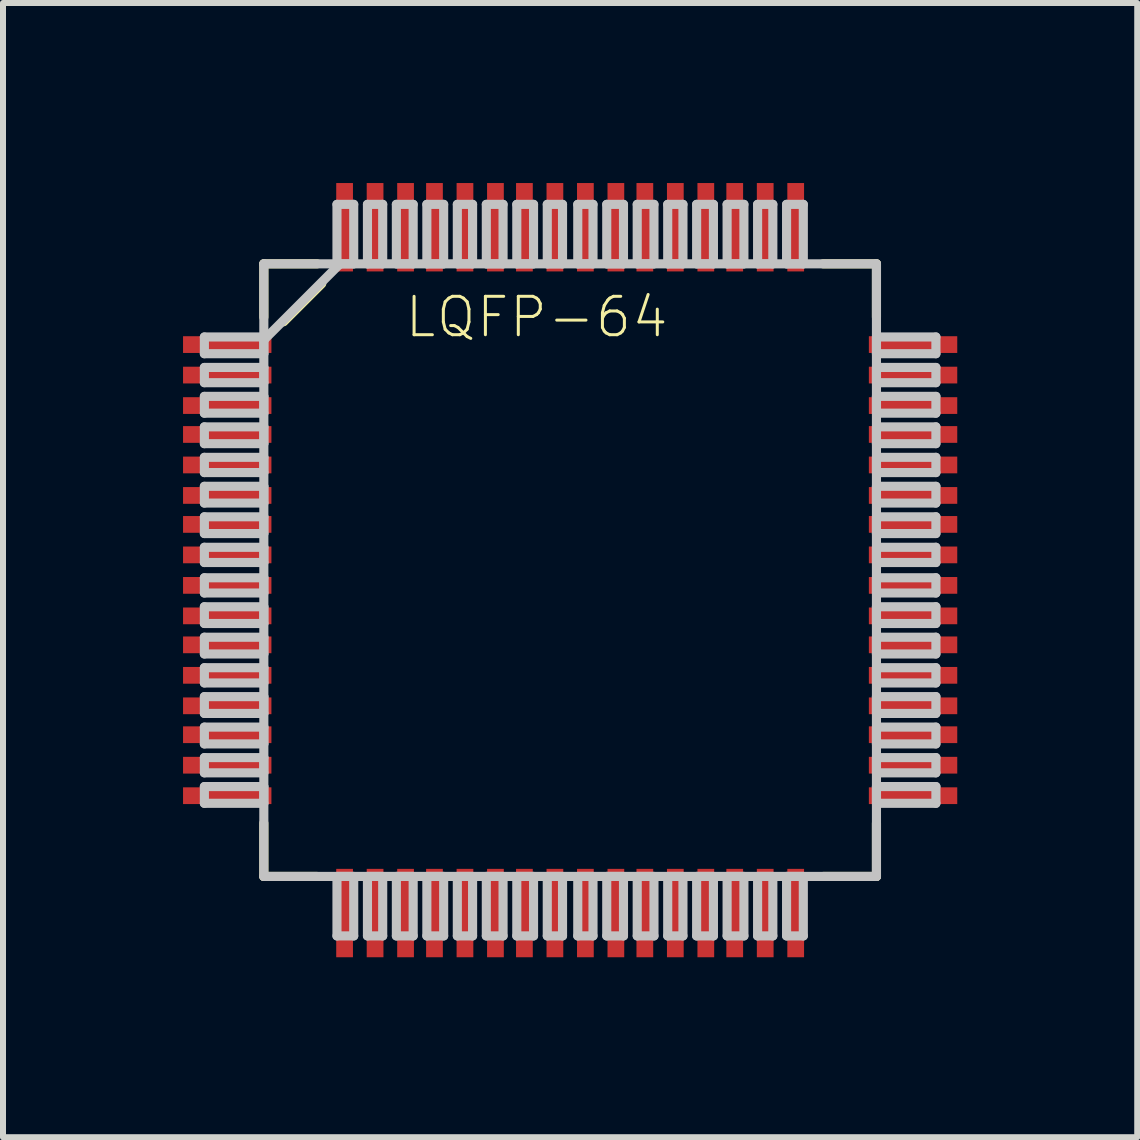
<source format=kicad_pcb>
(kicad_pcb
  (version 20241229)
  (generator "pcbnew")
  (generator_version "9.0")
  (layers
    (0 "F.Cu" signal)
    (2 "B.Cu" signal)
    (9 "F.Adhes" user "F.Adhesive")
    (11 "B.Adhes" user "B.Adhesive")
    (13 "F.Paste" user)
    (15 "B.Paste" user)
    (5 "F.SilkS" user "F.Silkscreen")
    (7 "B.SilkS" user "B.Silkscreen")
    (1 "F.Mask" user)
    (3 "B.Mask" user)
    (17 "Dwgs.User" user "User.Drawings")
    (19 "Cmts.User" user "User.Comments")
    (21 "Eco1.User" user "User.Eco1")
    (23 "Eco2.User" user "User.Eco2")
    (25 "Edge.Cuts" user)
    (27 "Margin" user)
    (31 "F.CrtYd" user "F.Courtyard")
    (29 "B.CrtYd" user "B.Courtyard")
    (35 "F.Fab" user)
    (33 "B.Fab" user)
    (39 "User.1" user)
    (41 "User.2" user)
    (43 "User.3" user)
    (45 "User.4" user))
  (footprint "LQFP-64"
    (layer "F.Cu")
    (at 6.452 6.452)
    (property "Reference" "LQFP-64" (at -0.559 -4.217 0) (layer "F.SilkS") (effects (font (size 0.64 0.64) (thickness 0.05))))
    (attr smd)
    (fp_line (start -5.105 -5.105) (end -5.105 -4.216) (stroke (width 0.152) (type solid)) (layer "F.SilkS"))
    (fp_line (start -5.105 4.216) (end -5.105 5.105) (stroke (width 0.152) (type solid)) (layer "F.SilkS"))
    (fp_line (start -5.105 5.105) (end -4.216 5.105) (stroke (width 0.152) (type solid)) (layer "F.SilkS"))
    (fp_line (start -4.775 -4.14) (end -4.14 -4.775) (stroke (width 0.152) (type solid)) (layer "F.SilkS"))
    (fp_line (start -4.216 -5.105) (end -5.105 -5.105) (stroke (width 0.152) (type solid)) (layer "F.SilkS"))
    (fp_line (start 4.216 5.105) (end 5.105 5.105) (stroke (width 0.152) (type solid)) (layer "F.SilkS"))
    (fp_line (start 5.105 -5.105) (end 4.216 -5.105) (stroke (width 0.152) (type solid)) (layer "F.SilkS"))
    (fp_line (start 5.105 -4.216) (end 5.105 -5.105) (stroke (width 0.152) (type solid)) (layer "F.SilkS"))
    (fp_line (start 5.105 5.105) (end 5.105 4.216) (stroke (width 0.152) (type solid)) (layer "F.SilkS"))
    (fp_line (start -6.096 -3.886) (end -6.096 -3.607) (stroke (width 0.152) (type solid)) (layer "Dwgs.User"))
    (fp_line (start -6.096 -3.607) (end -5.105 -3.607) (stroke (width 0.152) (type solid)) (layer "Dwgs.User"))
    (fp_line (start -6.096 -3.378) (end -6.096 -3.124) (stroke (width 0.152) (type solid)) (layer "Dwgs.User"))
    (fp_line (start -6.096 -3.124) (end -5.105 -3.124) (stroke (width 0.152) (type solid)) (layer "Dwgs.User"))
    (fp_line (start -6.096 -2.896) (end -6.096 -2.616) (stroke (width 0.152) (type solid)) (layer "Dwgs.User"))
    (fp_line (start -6.096 -2.616) (end -5.105 -2.616) (stroke (width 0.152) (type solid)) (layer "Dwgs.User"))
    (fp_line (start -6.096 -2.388) (end -6.096 -2.108) (stroke (width 0.152) (type solid)) (layer "Dwgs.User"))
    (fp_line (start -6.096 -2.108) (end -5.105 -2.108) (stroke (width 0.152) (type solid)) (layer "Dwgs.User"))
    (fp_line (start -6.096 -1.88) (end -6.096 -1.626) (stroke (width 0.152) (type solid)) (layer "Dwgs.User"))
    (fp_line (start -6.096 -1.626) (end -5.105 -1.626) (stroke (width 0.152) (type solid)) (layer "Dwgs.User"))
    (fp_line (start -6.096 -1.397) (end -6.096 -1.118) (stroke (width 0.152) (type solid)) (layer "Dwgs.User"))
    (fp_line (start -6.096 -1.118) (end -5.105 -1.118) (stroke (width 0.152) (type solid)) (layer "Dwgs.User"))
    (fp_line (start -6.096 -0.889) (end -6.096 -0.61) (stroke (width 0.152) (type solid)) (layer "Dwgs.User"))
    (fp_line (start -6.096 -0.61) (end -5.105 -0.61) (stroke (width 0.152) (type solid)) (layer "Dwgs.User"))
    (fp_line (start -6.096 -0.381) (end -6.096 -0.127) (stroke (width 0.152) (type solid)) (layer "Dwgs.User"))
    (fp_line (start -6.096 -0.127) (end -5.105 -0.127) (stroke (width 0.152) (type solid)) (layer "Dwgs.User"))
    (fp_line (start -6.096 0.127) (end -6.096 0.381) (stroke (width 0.152) (type solid)) (layer "Dwgs.User"))
    (fp_line (start -6.096 0.381) (end -5.105 0.381) (stroke (width 0.152) (type solid)) (layer "Dwgs.User"))
    (fp_line (start -6.096 0.61) (end -6.096 0.889) (stroke (width 0.152) (type solid)) (layer "Dwgs.User"))
    (fp_line (start -6.096 0.889) (end -5.105 0.889) (stroke (width 0.152) (type solid)) (layer "Dwgs.User"))
    (fp_line (start -6.096 1.118) (end -6.096 1.397) (stroke (width 0.152) (type solid)) (layer "Dwgs.User"))
    (fp_line (start -6.096 1.397) (end -5.105 1.397) (stroke (width 0.152) (type solid)) (layer "Dwgs.User"))
    (fp_line (start -6.096 1.626) (end -6.096 1.88) (stroke (width 0.152) (type solid)) (layer "Dwgs.User"))
    (fp_line (start -6.096 1.88) (end -5.105 1.88) (stroke (width 0.152) (type solid)) (layer "Dwgs.User"))
    (fp_line (start -6.096 2.108) (end -6.096 2.388) (stroke (width 0.152) (type solid)) (layer "Dwgs.User"))
    (fp_line (start -6.096 2.388) (end -5.105 2.388) (stroke (width 0.152) (type solid)) (layer "Dwgs.User"))
    (fp_line (start -6.096 2.616) (end -6.096 2.896) (stroke (width 0.152) (type solid)) (layer "Dwgs.User"))
    (fp_line (start -6.096 2.896) (end -5.105 2.896) (stroke (width 0.152) (type solid)) (layer "Dwgs.User"))
    (fp_line (start -6.096 3.124) (end -6.096 3.378) (stroke (width 0.152) (type solid)) (layer "Dwgs.User"))
    (fp_line (start -6.096 3.378) (end -5.105 3.378) (stroke (width 0.152) (type solid)) (layer "Dwgs.User"))
    (fp_line (start -6.096 3.607) (end -6.096 3.886) (stroke (width 0.152) (type solid)) (layer "Dwgs.User"))
    (fp_line (start -6.096 3.886) (end -5.105 3.886) (stroke (width 0.152) (type solid)) (layer "Dwgs.User"))
    (fp_line (start -5.105 -5.105) (end -5.105 5.105) (stroke (width 0.152) (type solid)) (layer "Dwgs.User"))
    (fp_line (start -5.105 -3.886) (end -6.096 -3.886) (stroke (width 0.152) (type solid)) (layer "Dwgs.User"))
    (fp_line (start -5.105 -3.835) (end -5.105 -3.886) (stroke (width 0.152) (type solid)) (layer "Dwgs.User"))
    (fp_line (start -5.105 -3.835) (end -3.835 -5.105) (stroke (width 0.152) (type solid)) (layer "Dwgs.User"))
    (fp_line (start -5.105 -3.607) (end -5.105 -3.835) (stroke (width 0.152) (type solid)) (layer "Dwgs.User"))
    (fp_line (start -5.105 -3.378) (end -6.096 -3.378) (stroke (width 0.152) (type solid)) (layer "Dwgs.User"))
    (fp_line (start -5.105 -3.124) (end -5.105 -3.378) (stroke (width 0.152) (type solid)) (layer "Dwgs.User"))
    (fp_line (start -5.105 -2.896) (end -6.096 -2.896) (stroke (width 0.152) (type solid)) (layer "Dwgs.User"))
    (fp_line (start -5.105 -2.616) (end -5.105 -2.896) (stroke (width 0.152) (type solid)) (layer "Dwgs.User"))
    (fp_line (start -5.105 -2.388) (end -6.096 -2.388) (stroke (width 0.152) (type solid)) (layer "Dwgs.User"))
    (fp_line (start -5.105 -2.108) (end -5.105 -2.388) (stroke (width 0.152) (type solid)) (layer "Dwgs.User"))
    (fp_line (start -5.105 -1.88) (end -6.096 -1.88) (stroke (width 0.152) (type solid)) (layer "Dwgs.User"))
    (fp_line (start -5.105 -1.626) (end -5.105 -1.88) (stroke (width 0.152) (type solid)) (layer "Dwgs.User"))
    (fp_line (start -5.105 -1.397) (end -6.096 -1.397) (stroke (width 0.152) (type solid)) (layer "Dwgs.User"))
    (fp_line (start -5.105 -1.118) (end -5.105 -1.397) (stroke (width 0.152) (type solid)) (layer "Dwgs.User"))
    (fp_line (start -5.105 -0.889) (end -6.096 -0.889) (stroke (width 0.152) (type solid)) (layer "Dwgs.User"))
    (fp_line (start -5.105 -0.61) (end -5.105 -0.889) (stroke (width 0.152) (type solid)) (layer "Dwgs.User"))
    (fp_line (start -5.105 -0.381) (end -6.096 -0.381) (stroke (width 0.152) (type solid)) (layer "Dwgs.User"))
    (fp_line (start -5.105 -0.127) (end -5.105 -0.381) (stroke (width 0.152) (type solid)) (layer "Dwgs.User"))
    (fp_line (start -5.105 0.127) (end -6.096 0.127) (stroke (width 0.152) (type solid)) (layer "Dwgs.User"))
    (fp_line (start -5.105 0.381) (end -5.105 0.127) (stroke (width 0.152) (type solid)) (layer "Dwgs.User"))
    (fp_line (start -5.105 0.61) (end -6.096 0.61) (stroke (width 0.152) (type solid)) (layer "Dwgs.User"))
    (fp_line (start -5.105 0.889) (end -5.105 0.61) (stroke (width 0.152) (type solid)) (layer "Dwgs.User"))
    (fp_line (start -5.105 1.118) (end -6.096 1.118) (stroke (width 0.152) (type solid)) (layer "Dwgs.User"))
    (fp_line (start -5.105 1.397) (end -5.105 1.118) (stroke (width 0.152) (type solid)) (layer "Dwgs.User"))
    (fp_line (start -5.105 1.626) (end -6.096 1.626) (stroke (width 0.152) (type solid)) (layer "Dwgs.User"))
    (fp_line (start -5.105 1.88) (end -5.105 1.626) (stroke (width 0.152) (type solid)) (layer "Dwgs.User"))
    (fp_line (start -5.105 2.108) (end -6.096 2.108) (stroke (width 0.152) (type solid)) (layer "Dwgs.User"))
    (fp_line (start -5.105 2.388) (end -5.105 2.108) (stroke (width 0.152) (type solid)) (layer "Dwgs.User"))
    (fp_line (start -5.105 2.616) (end -6.096 2.616) (stroke (width 0.152) (type solid)) (layer "Dwgs.User"))
    (fp_line (start -5.105 2.896) (end -5.105 2.616) (stroke (width 0.152) (type solid)) (layer "Dwgs.User"))
    (fp_line (start -5.105 3.124) (end -6.096 3.124) (stroke (width 0.152) (type solid)) (layer "Dwgs.User"))
    (fp_line (start -5.105 3.378) (end -5.105 3.124) (stroke (width 0.152) (type solid)) (layer "Dwgs.User"))
    (fp_line (start -5.105 3.607) (end -6.096 3.607) (stroke (width 0.152) (type solid)) (layer "Dwgs.User"))
    (fp_line (start -5.105 3.886) (end -5.105 3.607) (stroke (width 0.152) (type solid)) (layer "Dwgs.User"))
    (fp_line (start -5.105 5.105) (end 5.105 5.105) (stroke (width 0.152) (type solid)) (layer "Dwgs.User"))
    (fp_line (start -3.886 -6.096) (end -3.886 -5.105) (stroke (width 0.152) (type solid)) (layer "Dwgs.User"))
    (fp_line (start -3.886 -5.105) (end -3.835 -5.105) (stroke (width 0.152) (type solid)) (layer "Dwgs.User"))
    (fp_line (start -3.886 5.105) (end -3.886 6.096) (stroke (width 0.152) (type solid)) (layer "Dwgs.User"))
    (fp_line (start -3.886 6.096) (end -3.607 6.096) (stroke (width 0.152) (type solid)) (layer "Dwgs.User"))
    (fp_line (start -3.835 -5.105) (end -3.607 -5.105) (stroke (width 0.152) (type solid)) (layer "Dwgs.User"))
    (fp_line (start -3.607 -6.096) (end -3.886 -6.096) (stroke (width 0.152) (type solid)) (layer "Dwgs.User"))
    (fp_line (start -3.607 -5.105) (end -3.607 -6.096) (stroke (width 0.152) (type solid)) (layer "Dwgs.User"))
    (fp_line (start -3.607 5.105) (end -3.886 5.105) (stroke (width 0.152) (type solid)) (layer "Dwgs.User"))
    (fp_line (start -3.607 6.096) (end -3.607 5.105) (stroke (width 0.152) (type solid)) (layer "Dwgs.User"))
    (fp_line (start -3.378 -6.096) (end -3.378 -5.105) (stroke (width 0.152) (type solid)) (layer "Dwgs.User"))
    (fp_line (start -3.378 -5.105) (end -3.124 -5.105) (stroke (width 0.152) (type solid)) (layer "Dwgs.User"))
    (fp_line (start -3.378 5.105) (end -3.378 6.096) (stroke (width 0.152) (type solid)) (layer "Dwgs.User"))
    (fp_line (start -3.378 6.096) (end -3.124 6.096) (stroke (width 0.152) (type solid)) (layer "Dwgs.User"))
    (fp_line (start -3.124 -6.096) (end -3.378 -6.096) (stroke (width 0.152) (type solid)) (layer "Dwgs.User"))
    (fp_line (start -3.124 -5.105) (end -3.124 -6.096) (stroke (width 0.152) (type solid)) (layer "Dwgs.User"))
    (fp_line (start -3.124 5.105) (end -3.378 5.105) (stroke (width 0.152) (type solid)) (layer "Dwgs.User"))
    (fp_line (start -3.124 6.096) (end -3.124 5.105) (stroke (width 0.152) (type solid)) (layer "Dwgs.User"))
    (fp_line (start -2.896 -6.096) (end -2.896 -5.105) (stroke (width 0.152) (type solid)) (layer "Dwgs.User"))
    (fp_line (start -2.896 -5.105) (end -2.616 -5.105) (stroke (width 0.152) (type solid)) (layer "Dwgs.User"))
    (fp_line (start -2.896 5.105) (end -2.896 6.096) (stroke (width 0.152) (type solid)) (layer "Dwgs.User"))
    (fp_line (start -2.896 6.096) (end -2.616 6.096) (stroke (width 0.152) (type solid)) (layer "Dwgs.User"))
    (fp_line (start -2.616 -6.096) (end -2.896 -6.096) (stroke (width 0.152) (type solid)) (layer "Dwgs.User"))
    (fp_line (start -2.616 -5.105) (end -2.616 -6.096) (stroke (width 0.152) (type solid)) (layer "Dwgs.User"))
    (fp_line (start -2.616 5.105) (end -2.896 5.105) (stroke (width 0.152) (type solid)) (layer "Dwgs.User"))
    (fp_line (start -2.616 6.096) (end -2.616 5.105) (stroke (width 0.152) (type solid)) (layer "Dwgs.User"))
    (fp_line (start -2.388 -6.096) (end -2.388 -5.105) (stroke (width 0.152) (type solid)) (layer "Dwgs.User"))
    (fp_line (start -2.388 -5.105) (end -2.108 -5.105) (stroke (width 0.152) (type solid)) (layer "Dwgs.User"))
    (fp_line (start -2.388 5.105) (end -2.388 6.096) (stroke (width 0.152) (type solid)) (layer "Dwgs.User"))
    (fp_line (start -2.388 6.096) (end -2.108 6.096) (stroke (width 0.152) (type solid)) (layer "Dwgs.User"))
    (fp_line (start -2.108 -6.096) (end -2.388 -6.096) (stroke (width 0.152) (type solid)) (layer "Dwgs.User"))
    (fp_line (start -2.108 -5.105) (end -2.108 -6.096) (stroke (width 0.152) (type solid)) (layer "Dwgs.User"))
    (fp_line (start -2.108 5.105) (end -2.388 5.105) (stroke (width 0.152) (type solid)) (layer "Dwgs.User"))
    (fp_line (start -2.108 6.096) (end -2.108 5.105) (stroke (width 0.152) (type solid)) (layer "Dwgs.User"))
    (fp_line (start -1.88 -6.096) (end -1.88 -5.105) (stroke (width 0.152) (type solid)) (layer "Dwgs.User"))
    (fp_line (start -1.88 -5.105) (end -1.626 -5.105) (stroke (width 0.152) (type solid)) (layer "Dwgs.User"))
    (fp_line (start -1.88 5.105) (end -1.88 6.096) (stroke (width 0.152) (type solid)) (layer "Dwgs.User"))
    (fp_line (start -1.88 6.096) (end -1.626 6.096) (stroke (width 0.152) (type solid)) (layer "Dwgs.User"))
    (fp_line (start -1.626 -6.096) (end -1.88 -6.096) (stroke (width 0.152) (type solid)) (layer "Dwgs.User"))
    (fp_line (start -1.626 -5.105) (end -1.626 -6.096) (stroke (width 0.152) (type solid)) (layer "Dwgs.User"))
    (fp_line (start -1.626 5.105) (end -1.88 5.105) (stroke (width 0.152) (type solid)) (layer "Dwgs.User"))
    (fp_line (start -1.626 6.096) (end -1.626 5.105) (stroke (width 0.152) (type solid)) (layer "Dwgs.User"))
    (fp_line (start -1.397 -6.096) (end -1.397 -5.105) (stroke (width 0.152) (type solid)) (layer "Dwgs.User"))
    (fp_line (start -1.397 -5.105) (end -1.118 -5.105) (stroke (width 0.152) (type solid)) (layer "Dwgs.User"))
    (fp_line (start -1.397 5.105) (end -1.397 6.096) (stroke (width 0.152) (type solid)) (layer "Dwgs.User"))
    (fp_line (start -1.397 6.096) (end -1.118 6.096) (stroke (width 0.152) (type solid)) (layer "Dwgs.User"))
    (fp_line (start -1.118 -6.096) (end -1.397 -6.096) (stroke (width 0.152) (type solid)) (layer "Dwgs.User"))
    (fp_line (start -1.118 -5.105) (end -1.118 -6.096) (stroke (width 0.152) (type solid)) (layer "Dwgs.User"))
    (fp_line (start -1.118 5.105) (end -1.397 5.105) (stroke (width 0.152) (type solid)) (layer "Dwgs.User"))
    (fp_line (start -1.118 6.096) (end -1.118 5.105) (stroke (width 0.152) (type solid)) (layer "Dwgs.User"))
    (fp_line (start -0.889 -6.096) (end -0.889 -5.105) (stroke (width 0.152) (type solid)) (layer "Dwgs.User"))
    (fp_line (start -0.889 -5.105) (end -0.61 -5.105) (stroke (width 0.152) (type solid)) (layer "Dwgs.User"))
    (fp_line (start -0.889 5.105) (end -0.889 6.096) (stroke (width 0.152) (type solid)) (layer "Dwgs.User"))
    (fp_line (start -0.889 6.096) (end -0.61 6.096) (stroke (width 0.152) (type solid)) (layer "Dwgs.User"))
    (fp_line (start -0.61 -6.096) (end -0.889 -6.096) (stroke (width 0.152) (type solid)) (layer "Dwgs.User"))
    (fp_line (start -0.61 -5.105) (end -0.61 -6.096) (stroke (width 0.152) (type solid)) (layer "Dwgs.User"))
    (fp_line (start -0.61 5.105) (end -0.889 5.105) (stroke (width 0.152) (type solid)) (layer "Dwgs.User"))
    (fp_line (start -0.61 6.096) (end -0.61 5.105) (stroke (width 0.152) (type solid)) (layer "Dwgs.User"))
    (fp_line (start -0.381 -6.096) (end -0.381 -5.105) (stroke (width 0.152) (type solid)) (layer "Dwgs.User"))
    (fp_line (start -0.381 -5.105) (end -0.127 -5.105) (stroke (width 0.152) (type solid)) (layer "Dwgs.User"))
    (fp_line (start -0.381 5.105) (end -0.381 6.096) (stroke (width 0.152) (type solid)) (layer "Dwgs.User"))
    (fp_line (start -0.381 6.096) (end -0.127 6.096) (stroke (width 0.152) (type solid)) (layer "Dwgs.User"))
    (fp_line (start -0.127 -6.096) (end -0.381 -6.096) (stroke (width 0.152) (type solid)) (layer "Dwgs.User"))
    (fp_line (start -0.127 -5.105) (end -0.127 -6.096) (stroke (width 0.152) (type solid)) (layer "Dwgs.User"))
    (fp_line (start -0.127 5.105) (end -0.381 5.105) (stroke (width 0.152) (type solid)) (layer "Dwgs.User"))
    (fp_line (start -0.127 6.096) (end -0.127 5.105) (stroke (width 0.152) (type solid)) (layer "Dwgs.User"))
    (fp_line (start 0.127 -6.096) (end 0.127 -5.105) (stroke (width 0.152) (type solid)) (layer "Dwgs.User"))
    (fp_line (start 0.127 -5.105) (end 0.381 -5.105) (stroke (width 0.152) (type solid)) (layer "Dwgs.User"))
    (fp_line (start 0.127 5.105) (end 0.127 6.096) (stroke (width 0.152) (type solid)) (layer "Dwgs.User"))
    (fp_line (start 0.127 6.096) (end 0.381 6.096) (stroke (width 0.152) (type solid)) (layer "Dwgs.User"))
    (fp_line (start 0.381 -6.096) (end 0.127 -6.096) (stroke (width 0.152) (type solid)) (layer "Dwgs.User"))
    (fp_line (start 0.381 -5.105) (end 0.381 -6.096) (stroke (width 0.152) (type solid)) (layer "Dwgs.User"))
    (fp_line (start 0.381 5.105) (end 0.127 5.105) (stroke (width 0.152) (type solid)) (layer "Dwgs.User"))
    (fp_line (start 0.381 6.096) (end 0.381 5.105) (stroke (width 0.152) (type solid)) (layer "Dwgs.User"))
    (fp_line (start 0.61 -6.096) (end 0.61 -5.105) (stroke (width 0.152) (type solid)) (layer "Dwgs.User"))
    (fp_line (start 0.61 -5.105) (end 0.889 -5.105) (stroke (width 0.152) (type solid)) (layer "Dwgs.User"))
    (fp_line (start 0.61 5.105) (end 0.61 6.096) (stroke (width 0.152) (type solid)) (layer "Dwgs.User"))
    (fp_line (start 0.61 6.096) (end 0.889 6.096) (stroke (width 0.152) (type solid)) (layer "Dwgs.User"))
    (fp_line (start 0.889 -6.096) (end 0.61 -6.096) (stroke (width 0.152) (type solid)) (layer "Dwgs.User"))
    (fp_line (start 0.889 -5.105) (end 0.889 -6.096) (stroke (width 0.152) (type solid)) (layer "Dwgs.User"))
    (fp_line (start 0.889 5.105) (end 0.61 5.105) (stroke (width 0.152) (type solid)) (layer "Dwgs.User"))
    (fp_line (start 0.889 6.096) (end 0.889 5.105) (stroke (width 0.152) (type solid)) (layer "Dwgs.User"))
    (fp_line (start 1.118 -6.096) (end 1.118 -5.105) (stroke (width 0.152) (type solid)) (layer "Dwgs.User"))
    (fp_line (start 1.118 -5.105) (end 1.397 -5.105) (stroke (width 0.152) (type solid)) (layer "Dwgs.User"))
    (fp_line (start 1.118 5.105) (end 1.118 6.096) (stroke (width 0.152) (type solid)) (layer "Dwgs.User"))
    (fp_line (start 1.118 6.096) (end 1.397 6.096) (stroke (width 0.152) (type solid)) (layer "Dwgs.User"))
    (fp_line (start 1.397 -6.096) (end 1.118 -6.096) (stroke (width 0.152) (type solid)) (layer "Dwgs.User"))
    (fp_line (start 1.397 -5.105) (end 1.397 -6.096) (stroke (width 0.152) (type solid)) (layer "Dwgs.User"))
    (fp_line (start 1.397 5.105) (end 1.118 5.105) (stroke (width 0.152) (type solid)) (layer "Dwgs.User"))
    (fp_line (start 1.397 6.096) (end 1.397 5.105) (stroke (width 0.152) (type solid)) (layer "Dwgs.User"))
    (fp_line (start 1.626 -6.096) (end 1.626 -5.105) (stroke (width 0.152) (type solid)) (layer "Dwgs.User"))
    (fp_line (start 1.626 -5.105) (end 1.88 -5.105) (stroke (width 0.152) (type solid)) (layer "Dwgs.User"))
    (fp_line (start 1.626 5.105) (end 1.626 6.096) (stroke (width 0.152) (type solid)) (layer "Dwgs.User"))
    (fp_line (start 1.626 6.096) (end 1.88 6.096) (stroke (width 0.152) (type solid)) (layer "Dwgs.User"))
    (fp_line (start 1.88 -6.096) (end 1.626 -6.096) (stroke (width 0.152) (type solid)) (layer "Dwgs.User"))
    (fp_line (start 1.88 -5.105) (end 1.88 -6.096) (stroke (width 0.152) (type solid)) (layer "Dwgs.User"))
    (fp_line (start 1.88 5.105) (end 1.626 5.105) (stroke (width 0.152) (type solid)) (layer "Dwgs.User"))
    (fp_line (start 1.88 6.096) (end 1.88 5.105) (stroke (width 0.152) (type solid)) (layer "Dwgs.User"))
    (fp_line (start 2.108 -6.096) (end 2.108 -5.105) (stroke (width 0.152) (type solid)) (layer "Dwgs.User"))
    (fp_line (start 2.108 -5.105) (end 2.388 -5.105) (stroke (width 0.152) (type solid)) (layer "Dwgs.User"))
    (fp_line (start 2.108 5.105) (end 2.108 6.096) (stroke (width 0.152) (type solid)) (layer "Dwgs.User"))
    (fp_line (start 2.108 6.096) (end 2.388 6.096) (stroke (width 0.152) (type solid)) (layer "Dwgs.User"))
    (fp_line (start 2.388 -6.096) (end 2.108 -6.096) (stroke (width 0.152) (type solid)) (layer "Dwgs.User"))
    (fp_line (start 2.388 -5.105) (end 2.388 -6.096) (stroke (width 0.152) (type solid)) (layer "Dwgs.User"))
    (fp_line (start 2.388 5.105) (end 2.108 5.105) (stroke (width 0.152) (type solid)) (layer "Dwgs.User"))
    (fp_line (start 2.388 6.096) (end 2.388 5.105) (stroke (width 0.152) (type solid)) (layer "Dwgs.User"))
    (fp_line (start 2.616 -6.096) (end 2.616 -5.105) (stroke (width 0.152) (type solid)) (layer "Dwgs.User"))
    (fp_line (start 2.616 -5.105) (end 2.896 -5.105) (stroke (width 0.152) (type solid)) (layer "Dwgs.User"))
    (fp_line (start 2.616 5.105) (end 2.616 6.096) (stroke (width 0.152) (type solid)) (layer "Dwgs.User"))
    (fp_line (start 2.616 6.096) (end 2.896 6.096) (stroke (width 0.152) (type solid)) (layer "Dwgs.User"))
    (fp_line (start 2.896 -6.096) (end 2.616 -6.096) (stroke (width 0.152) (type solid)) (layer "Dwgs.User"))
    (fp_line (start 2.896 -5.105) (end 2.896 -6.096) (stroke (width 0.152) (type solid)) (layer "Dwgs.User"))
    (fp_line (start 2.896 5.105) (end 2.616 5.105) (stroke (width 0.152) (type solid)) (layer "Dwgs.User"))
    (fp_line (start 2.896 6.096) (end 2.896 5.105) (stroke (width 0.152) (type solid)) (layer "Dwgs.User"))
    (fp_line (start 3.124 -6.096) (end 3.124 -5.105) (stroke (width 0.152) (type solid)) (layer "Dwgs.User"))
    (fp_line (start 3.124 -5.105) (end 3.378 -5.105) (stroke (width 0.152) (type solid)) (layer "Dwgs.User"))
    (fp_line (start 3.124 5.105) (end 3.124 6.096) (stroke (width 0.152) (type solid)) (layer "Dwgs.User"))
    (fp_line (start 3.124 6.096) (end 3.378 6.096) (stroke (width 0.152) (type solid)) (layer "Dwgs.User"))
    (fp_line (start 3.378 -6.096) (end 3.124 -6.096) (stroke (width 0.152) (type solid)) (layer "Dwgs.User"))
    (fp_line (start 3.378 -5.105) (end 3.378 -6.096) (stroke (width 0.152) (type solid)) (layer "Dwgs.User"))
    (fp_line (start 3.378 5.105) (end 3.124 5.105) (stroke (width 0.152) (type solid)) (layer "Dwgs.User"))
    (fp_line (start 3.378 6.096) (end 3.378 5.105) (stroke (width 0.152) (type solid)) (layer "Dwgs.User"))
    (fp_line (start 3.607 -6.096) (end 3.607 -5.105) (stroke (width 0.152) (type solid)) (layer "Dwgs.User"))
    (fp_line (start 3.607 -5.105) (end 3.886 -5.105) (stroke (width 0.152) (type solid)) (layer "Dwgs.User"))
    (fp_line (start 3.607 5.105) (end 3.607 6.096) (stroke (width 0.152) (type solid)) (layer "Dwgs.User"))
    (fp_line (start 3.607 6.096) (end 3.886 6.096) (stroke (width 0.152) (type solid)) (layer "Dwgs.User"))
    (fp_line (start 3.886 -6.096) (end 3.607 -6.096) (stroke (width 0.152) (type solid)) (layer "Dwgs.User"))
    (fp_line (start 3.886 -5.105) (end 3.886 -6.096) (stroke (width 0.152) (type solid)) (layer "Dwgs.User"))
    (fp_line (start 3.886 5.105) (end 3.607 5.105) (stroke (width 0.152) (type solid)) (layer "Dwgs.User"))
    (fp_line (start 3.886 6.096) (end 3.886 5.105) (stroke (width 0.152) (type solid)) (layer "Dwgs.User"))
    (fp_line (start 5.105 -5.105) (end -5.105 -5.105) (stroke (width 0.152) (type solid)) (layer "Dwgs.User"))
    (fp_line (start 5.105 -3.886) (end 5.105 -3.607) (stroke (width 0.152) (type solid)) (layer "Dwgs.User"))
    (fp_line (start 5.105 -3.607) (end 6.096 -3.607) (stroke (width 0.152) (type solid)) (layer "Dwgs.User"))
    (fp_line (start 5.105 -3.378) (end 5.105 -3.124) (stroke (width 0.152) (type solid)) (layer "Dwgs.User"))
    (fp_line (start 5.105 -3.124) (end 6.096 -3.124) (stroke (width 0.152) (type solid)) (layer "Dwgs.User"))
    (fp_line (start 5.105 -2.896) (end 5.105 -2.616) (stroke (width 0.152) (type solid)) (layer "Dwgs.User"))
    (fp_line (start 5.105 -2.616) (end 6.096 -2.616) (stroke (width 0.152) (type solid)) (layer "Dwgs.User"))
    (fp_line (start 5.105 -2.388) (end 5.105 -2.108) (stroke (width 0.152) (type solid)) (layer "Dwgs.User"))
    (fp_line (start 5.105 -2.108) (end 6.096 -2.108) (stroke (width 0.152) (type solid)) (layer "Dwgs.User"))
    (fp_line (start 5.105 -1.88) (end 5.105 -1.626) (stroke (width 0.152) (type solid)) (layer "Dwgs.User"))
    (fp_line (start 5.105 -1.626) (end 6.096 -1.626) (stroke (width 0.152) (type solid)) (layer "Dwgs.User"))
    (fp_line (start 5.105 -1.397) (end 5.105 -1.118) (stroke (width 0.152) (type solid)) (layer "Dwgs.User"))
    (fp_line (start 5.105 -1.118) (end 6.096 -1.118) (stroke (width 0.152) (type solid)) (layer "Dwgs.User"))
    (fp_line (start 5.105 -0.889) (end 5.105 -0.61) (stroke (width 0.152) (type solid)) (layer "Dwgs.User"))
    (fp_line (start 5.105 -0.61) (end 6.096 -0.61) (stroke (width 0.152) (type solid)) (layer "Dwgs.User"))
    (fp_line (start 5.105 -0.381) (end 5.105 -0.127) (stroke (width 0.152) (type solid)) (layer "Dwgs.User"))
    (fp_line (start 5.105 -0.127) (end 6.096 -0.127) (stroke (width 0.152) (type solid)) (layer "Dwgs.User"))
    (fp_line (start 5.105 0.127) (end 5.105 0.381) (stroke (width 0.152) (type solid)) (layer "Dwgs.User"))
    (fp_line (start 5.105 0.381) (end 6.096 0.381) (stroke (width 0.152) (type solid)) (layer "Dwgs.User"))
    (fp_line (start 5.105 0.61) (end 5.105 0.889) (stroke (width 0.152) (type solid)) (layer "Dwgs.User"))
    (fp_line (start 5.105 0.889) (end 6.096 0.889) (stroke (width 0.152) (type solid)) (layer "Dwgs.User"))
    (fp_line (start 5.105 1.118) (end 5.105 1.397) (stroke (width 0.152) (type solid)) (layer "Dwgs.User"))
    (fp_line (start 5.105 1.397) (end 6.096 1.397) (stroke (width 0.152) (type solid)) (layer "Dwgs.User"))
    (fp_line (start 5.105 1.626) (end 5.105 1.88) (stroke (width 0.152) (type solid)) (layer "Dwgs.User"))
    (fp_line (start 5.105 1.88) (end 6.096 1.88) (stroke (width 0.152) (type solid)) (layer "Dwgs.User"))
    (fp_line (start 5.105 2.108) (end 5.105 2.388) (stroke (width 0.152) (type solid)) (layer "Dwgs.User"))
    (fp_line (start 5.105 2.388) (end 6.096 2.388) (stroke (width 0.152) (type solid)) (layer "Dwgs.User"))
    (fp_line (start 5.105 2.616) (end 5.105 2.896) (stroke (width 0.152) (type solid)) (layer "Dwgs.User"))
    (fp_line (start 5.105 2.896) (end 6.096 2.896) (stroke (width 0.152) (type solid)) (layer "Dwgs.User"))
    (fp_line (start 5.105 3.124) (end 5.105 3.378) (stroke (width 0.152) (type solid)) (layer "Dwgs.User"))
    (fp_line (start 5.105 3.378) (end 6.096 3.378) (stroke (width 0.152) (type solid)) (layer "Dwgs.User"))
    (fp_line (start 5.105 3.607) (end 5.105 3.886) (stroke (width 0.152) (type solid)) (layer "Dwgs.User"))
    (fp_line (start 5.105 3.886) (end 6.096 3.886) (stroke (width 0.152) (type solid)) (layer "Dwgs.User"))
    (fp_line (start 5.105 5.105) (end 5.105 -5.105) (stroke (width 0.152) (type solid)) (layer "Dwgs.User"))
    (fp_line (start 6.096 -3.886) (end 5.105 -3.886) (stroke (width 0.152) (type solid)) (layer "Dwgs.User"))
    (fp_line (start 6.096 -3.607) (end 6.096 -3.886) (stroke (width 0.152) (type solid)) (layer "Dwgs.User"))
    (fp_line (start 6.096 -3.378) (end 5.105 -3.378) (stroke (width 0.152) (type solid)) (layer "Dwgs.User"))
    (fp_line (start 6.096 -3.124) (end 6.096 -3.378) (stroke (width 0.152) (type solid)) (layer "Dwgs.User"))
    (fp_line (start 6.096 -2.896) (end 5.105 -2.896) (stroke (width 0.152) (type solid)) (layer "Dwgs.User"))
    (fp_line (start 6.096 -2.616) (end 6.096 -2.896) (stroke (width 0.152) (type solid)) (layer "Dwgs.User"))
    (fp_line (start 6.096 -2.388) (end 5.105 -2.388) (stroke (width 0.152) (type solid)) (layer "Dwgs.User"))
    (fp_line (start 6.096 -2.108) (end 6.096 -2.388) (stroke (width 0.152) (type solid)) (layer "Dwgs.User"))
    (fp_line (start 6.096 -1.88) (end 5.105 -1.88) (stroke (width 0.152) (type solid)) (layer "Dwgs.User"))
    (fp_line (start 6.096 -1.626) (end 6.096 -1.88) (stroke (width 0.152) (type solid)) (layer "Dwgs.User"))
    (fp_line (start 6.096 -1.397) (end 5.105 -1.397) (stroke (width 0.152) (type solid)) (layer "Dwgs.User"))
    (fp_line (start 6.096 -1.118) (end 6.096 -1.397) (stroke (width 0.152) (type solid)) (layer "Dwgs.User"))
    (fp_line (start 6.096 -0.889) (end 5.105 -0.889) (stroke (width 0.152) (type solid)) (layer "Dwgs.User"))
    (fp_line (start 6.096 -0.61) (end 6.096 -0.889) (stroke (width 0.152) (type solid)) (layer "Dwgs.User"))
    (fp_line (start 6.096 -0.381) (end 5.105 -0.381) (stroke (width 0.152) (type solid)) (layer "Dwgs.User"))
    (fp_line (start 6.096 -0.127) (end 6.096 -0.381) (stroke (width 0.152) (type solid)) (layer "Dwgs.User"))
    (fp_line (start 6.096 0.127) (end 5.105 0.127) (stroke (width 0.152) (type solid)) (layer "Dwgs.User"))
    (fp_line (start 6.096 0.381) (end 6.096 0.127) (stroke (width 0.152) (type solid)) (layer "Dwgs.User"))
    (fp_line (start 6.096 0.61) (end 5.105 0.61) (stroke (width 0.152) (type solid)) (layer "Dwgs.User"))
    (fp_line (start 6.096 0.889) (end 6.096 0.61) (stroke (width 0.152) (type solid)) (layer "Dwgs.User"))
    (fp_line (start 6.096 1.118) (end 5.105 1.118) (stroke (width 0.152) (type solid)) (layer "Dwgs.User"))
    (fp_line (start 6.096 1.397) (end 6.096 1.118) (stroke (width 0.152) (type solid)) (layer "Dwgs.User"))
    (fp_line (start 6.096 1.626) (end 5.105 1.626) (stroke (width 0.152) (type solid)) (layer "Dwgs.User"))
    (fp_line (start 6.096 1.88) (end 6.096 1.626) (stroke (width 0.152) (type solid)) (layer "Dwgs.User"))
    (fp_line (start 6.096 2.108) (end 5.105 2.108) (stroke (width 0.152) (type solid)) (layer "Dwgs.User"))
    (fp_line (start 6.096 2.388) (end 6.096 2.108) (stroke (width 0.152) (type solid)) (layer "Dwgs.User"))
    (fp_line (start 6.096 2.616) (end 5.105 2.616) (stroke (width 0.152) (type solid)) (layer "Dwgs.User"))
    (fp_line (start 6.096 2.896) (end 6.096 2.616) (stroke (width 0.152) (type solid)) (layer "Dwgs.User"))
    (fp_line (start 6.096 3.124) (end 5.105 3.124) (stroke (width 0.152) (type solid)) (layer "Dwgs.User"))
    (fp_line (start 6.096 3.378) (end 6.096 3.124) (stroke (width 0.152) (type solid)) (layer "Dwgs.User"))
    (fp_line (start 6.096 3.607) (end 5.105 3.607) (stroke (width 0.152) (type solid)) (layer "Dwgs.User"))
    (fp_line (start 6.096 3.886) (end 6.096 3.607) (stroke (width 0.152) (type solid)) (layer "Dwgs.User"))
    (pad "1" smd rect (at -5.715 -3.759 270) (size 0.279 1.473) (layers "F.Cu" "F.Mask" "F.Paste"))
    (pad "2" smd rect (at -5.715 -3.251 270) (size 0.279 1.473) (layers "F.Cu" "F.Mask" "F.Paste"))
    (pad "3" smd rect (at -5.715 -2.743 270) (size 0.279 1.473) (layers "F.Cu" "F.Mask" "F.Paste"))
    (pad "4" smd rect (at -5.715 -2.261 270) (size 0.279 1.473) (layers "F.Cu" "F.Mask" "F.Paste"))
    (pad "5" smd rect (at -5.715 -1.753 270) (size 0.279 1.473) (layers "F.Cu" "F.Mask" "F.Paste"))
    (pad "6" smd rect (at -5.715 -1.245 270) (size 0.279 1.473) (layers "F.Cu" "F.Mask" "F.Paste"))
    (pad "7" smd rect (at -5.715 -0.762 270) (size 0.279 1.473) (layers "F.Cu" "F.Mask" "F.Paste"))
    (pad "8" smd rect (at -5.715 -0.254 270) (size 0.279 1.473) (layers "F.Cu" "F.Mask" "F.Paste"))
    (pad "9" smd rect (at -5.715 0.254 270) (size 0.279 1.473) (layers "F.Cu" "F.Mask" "F.Paste"))
    (pad "10" smd rect (at -5.715 0.762 270) (size 0.279 1.473) (layers "F.Cu" "F.Mask" "F.Paste"))
    (pad "11" smd rect (at -5.715 1.245 270) (size 0.279 1.473) (layers "F.Cu" "F.Mask" "F.Paste"))
    (pad "12" smd rect (at -5.715 1.753 270) (size 0.279 1.473) (layers "F.Cu" "F.Mask" "F.Paste"))
    (pad "13" smd rect (at -5.715 2.261 270) (size 0.279 1.473) (layers "F.Cu" "F.Mask" "F.Paste"))
    (pad "14" smd rect (at -5.715 2.743 270) (size 0.279 1.473) (layers "F.Cu" "F.Mask" "F.Paste"))
    (pad "15" smd rect (at -5.715 3.251 270) (size 0.279 1.473) (layers "F.Cu" "F.Mask" "F.Paste"))
    (pad "16" smd rect (at -5.715 3.759 270) (size 0.279 1.473) (layers "F.Cu" "F.Mask" "F.Paste"))
    (pad "17" smd rect (at -3.759 5.715 180) (size 0.279 1.473) (layers "F.Cu" "F.Mask" "F.Paste"))
    (pad "18" smd rect (at -3.251 5.715 180) (size 0.279 1.473) (layers "F.Cu" "F.Mask" "F.Paste"))
    (pad "19" smd rect (at -2.743 5.715 180) (size 0.279 1.473) (layers "F.Cu" "F.Mask" "F.Paste"))
    (pad "20" smd rect (at -2.261 5.715 180) (size 0.279 1.473) (layers "F.Cu" "F.Mask" "F.Paste"))
    (pad "21" smd rect (at -1.753 5.715 180) (size 0.279 1.473) (layers "F.Cu" "F.Mask" "F.Paste"))
    (pad "22" smd rect (at -1.245 5.715 180) (size 0.279 1.473) (layers "F.Cu" "F.Mask" "F.Paste"))
    (pad "23" smd rect (at -0.762 5.715 180) (size 0.279 1.473) (layers "F.Cu" "F.Mask" "F.Paste"))
    (pad "24" smd rect (at -0.254 5.715 180) (size 0.279 1.473) (layers "F.Cu" "F.Mask" "F.Paste"))
    (pad "25" smd rect (at 0.254 5.715 180) (size 0.279 1.473) (layers "F.Cu" "F.Mask" "F.Paste"))
    (pad "26" smd rect (at 0.762 5.715 180) (size 0.279 1.473) (layers "F.Cu" "F.Mask" "F.Paste"))
    (pad "27" smd rect (at 1.245 5.715 180) (size 0.279 1.473) (layers "F.Cu" "F.Mask" "F.Paste"))
    (pad "28" smd rect (at 1.753 5.715 180) (size 0.279 1.473) (layers "F.Cu" "F.Mask" "F.Paste"))
    (pad "29" smd rect (at 2.261 5.715 180) (size 0.279 1.473) (layers "F.Cu" "F.Mask" "F.Paste"))
    (pad "30" smd rect (at 2.743 5.715 180) (size 0.279 1.473) (layers "F.Cu" "F.Mask" "F.Paste"))
    (pad "31" smd rect (at 3.251 5.715 180) (size 0.279 1.473) (layers "F.Cu" "F.Mask" "F.Paste"))
    (pad "32" smd rect (at 3.759 5.715 180) (size 0.279 1.473) (layers "F.Cu" "F.Mask" "F.Paste"))
    (pad "33" smd rect (at 5.715 3.759 270) (size 0.279 1.473) (layers "F.Cu" "F.Mask" "F.Paste"))
    (pad "34" smd rect (at 5.715 3.251 270) (size 0.279 1.473) (layers "F.Cu" "F.Mask" "F.Paste"))
    (pad "35" smd rect (at 5.715 2.743 270) (size 0.279 1.473) (layers "F.Cu" "F.Mask" "F.Paste"))
    (pad "36" smd rect (at 5.715 2.261 270) (size 0.279 1.473) (layers "F.Cu" "F.Mask" "F.Paste"))
    (pad "37" smd rect (at 5.715 1.753 270) (size 0.279 1.473) (layers "F.Cu" "F.Mask" "F.Paste"))
    (pad "38" smd rect (at 5.715 1.245 270) (size 0.279 1.473) (layers "F.Cu" "F.Mask" "F.Paste"))
    (pad "39" smd rect (at 5.715 0.762 270) (size 0.279 1.473) (layers "F.Cu" "F.Mask" "F.Paste"))
    (pad "40" smd rect (at 5.715 0.254 270) (size 0.279 1.473) (layers "F.Cu" "F.Mask" "F.Paste"))
    (pad "41" smd rect (at 5.715 -0.254 270) (size 0.279 1.473) (layers "F.Cu" "F.Mask" "F.Paste"))
    (pad "42" smd rect (at 5.715 -0.762 270) (size 0.279 1.473) (layers "F.Cu" "F.Mask" "F.Paste"))
    (pad "43" smd rect (at 5.715 -1.245 270) (size 0.279 1.473) (layers "F.Cu" "F.Mask" "F.Paste"))
    (pad "44" smd rect (at 5.715 -1.753 270) (size 0.279 1.473) (layers "F.Cu" "F.Mask" "F.Paste"))
    (pad "45" smd rect (at 5.715 -2.261 270) (size 0.279 1.473) (layers "F.Cu" "F.Mask" "F.Paste"))
    (pad "46" smd rect (at 5.715 -2.743 270) (size 0.279 1.473) (layers "F.Cu" "F.Mask" "F.Paste"))
    (pad "47" smd rect (at 5.715 -3.251 270) (size 0.279 1.473) (layers "F.Cu" "F.Mask" "F.Paste"))
    (pad "48" smd rect (at 5.715 -3.759 270) (size 0.279 1.473) (layers "F.Cu" "F.Mask" "F.Paste"))
    (pad "49" smd rect (at 3.759 -5.715 180) (size 0.279 1.473) (layers "F.Cu" "F.Mask" "F.Paste"))
    (pad "50" smd rect (at 3.251 -5.715 180) (size 0.279 1.473) (layers "F.Cu" "F.Mask" "F.Paste"))
    (pad "51" smd rect (at 2.743 -5.715 180) (size 0.279 1.473) (layers "F.Cu" "F.Mask" "F.Paste"))
    (pad "52" smd rect (at 2.261 -5.715 180) (size 0.279 1.473) (layers "F.Cu" "F.Mask" "F.Paste"))
    (pad "53" smd rect (at 1.753 -5.715 180) (size 0.279 1.473) (layers "F.Cu" "F.Mask" "F.Paste"))
    (pad "54" smd rect (at 1.245 -5.715 180) (size 0.279 1.473) (layers "F.Cu" "F.Mask" "F.Paste"))
    (pad "55" smd rect (at 0.762 -5.715 180) (size 0.279 1.473) (layers "F.Cu" "F.Mask" "F.Paste"))
    (pad "56" smd rect (at 0.254 -5.715 180) (size 0.279 1.473) (layers "F.Cu" "F.Mask" "F.Paste"))
    (pad "57" smd rect (at -0.254 -5.715 180) (size 0.279 1.473) (layers "F.Cu" "F.Mask" "F.Paste"))
    (pad "58" smd rect (at -0.762 -5.715 180) (size 0.279 1.473) (layers "F.Cu" "F.Mask" "F.Paste"))
    (pad "59" smd rect (at -1.245 -5.715 180) (size 0.279 1.473) (layers "F.Cu" "F.Mask" "F.Paste"))
    (pad "60" smd rect (at -1.753 -5.715 180) (size 0.279 1.473) (layers "F.Cu" "F.Mask" "F.Paste"))
    (pad "61" smd rect (at -2.261 -5.715 180) (size 0.279 1.473) (layers "F.Cu" "F.Mask" "F.Paste"))
    (pad "62" smd rect (at -2.743 -5.715 180) (size 0.279 1.473) (layers "F.Cu" "F.Mask" "F.Paste"))
    (pad "63" smd rect (at -3.251 -5.715 180) (size 0.279 1.473) (layers "F.Cu" "F.Mask" "F.Paste"))
    (pad "64" smd rect (at -3.759 -5.715 180) (size 0.279 1.473) (layers "F.Cu" "F.Mask" "F.Paste")))
  (gr_rect
    (start -3 -3)
    (end 15.903 15.903)
    (stroke (width 0.1) (type default))
    (fill no)
    (layer "Edge.Cuts")))
</source>
